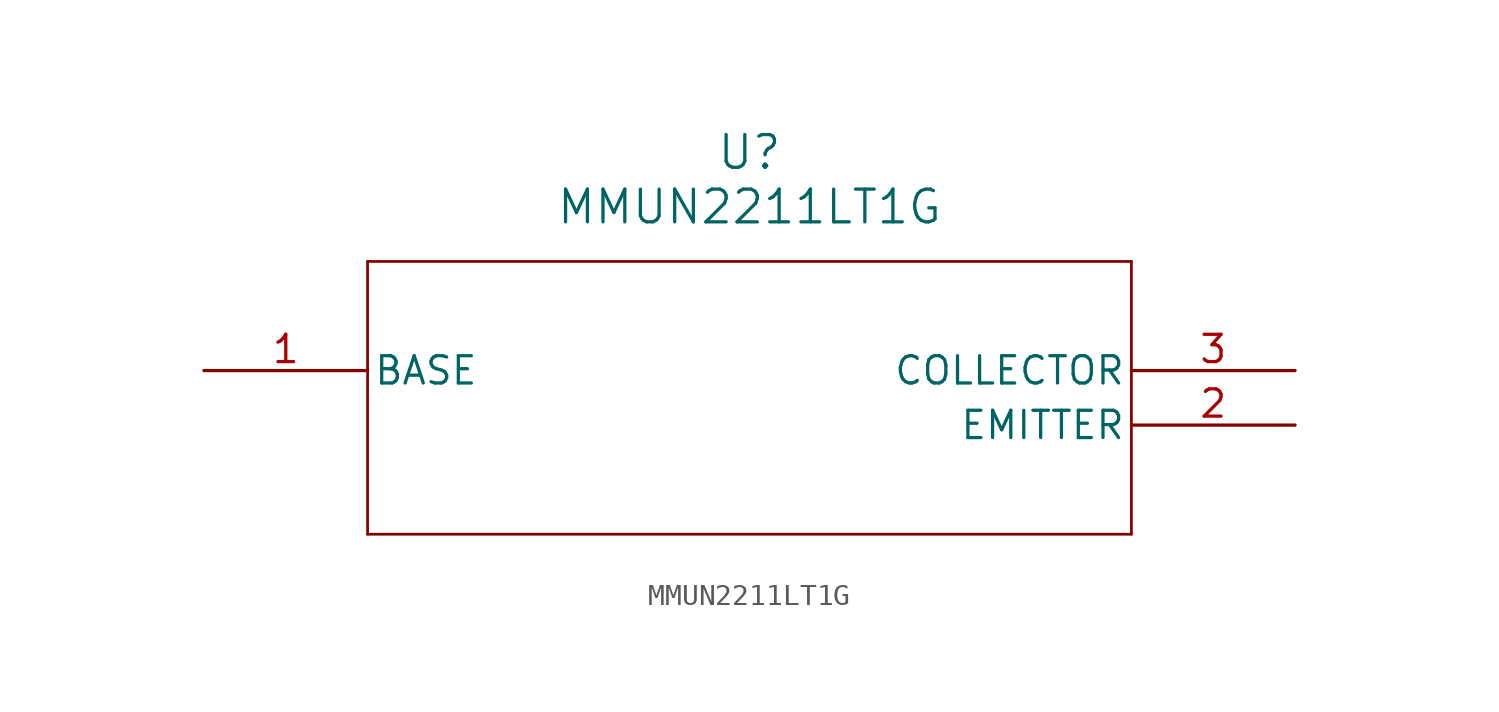
<source format=kicad_sym>
(kicad_symbol_lib
  (version 20211014)
  (generator kicad_symbol_editor)
  (symbol "MMUN2211LT1G"
    (pin_names
      (offset 0.254))
    (property "Reference" "U"
      (at 25.4 10.16 0)
      (effects (font (size 1.524 1.524))))
    (property "Value" "MMUN2211LT1G"
      (at 25.4 7.62 0)
      (effects (font (size 1.524 1.524))))
    (symbol "MMUN2211LT1G_0_1"
      (polyline (pts (xy 7.62 5.08) (xy 7.62 -7.62)) (stroke (width 0.127) (type default) (color 0 0 0 0)) (fill (type none)))
      (polyline (pts (xy 7.62 -7.62) (xy 43.18 -7.62)) (stroke (width 0.127) (type default) (color 0 0 0 0)) (fill (type none)))
      (polyline (pts (xy 43.18 -7.62) (xy 43.18 5.08)) (stroke (width 0.127) (type default) (color 0 0 0 0)) (fill (type none)))
      (polyline (pts (xy 43.18 5.08) (xy 7.62 5.08)) (stroke (width 0.127) (type default) (color 0 0 0 0)) (fill (type none)))
      (pin unspecified line (at 0 0 0) (length 7.62) (name "BASE" (effects (font (size 1.27 1.27)))) (number "1" (effects (font (size 1.27 1.27)))))
      (pin unspecified line (at 50.8 -2.54 180) (length 7.62) (name "EMITTER" (effects (font (size 1.27 1.27)))) (number "2" (effects (font (size 1.27 1.27)))))
      (pin unspecified line (at 50.8 0 180) (length 7.62) (name "COLLECTOR" (effects (font (size 1.27 1.27)))) (number "3" (effects (font (size 1.27 1.27))))))))
</source>
